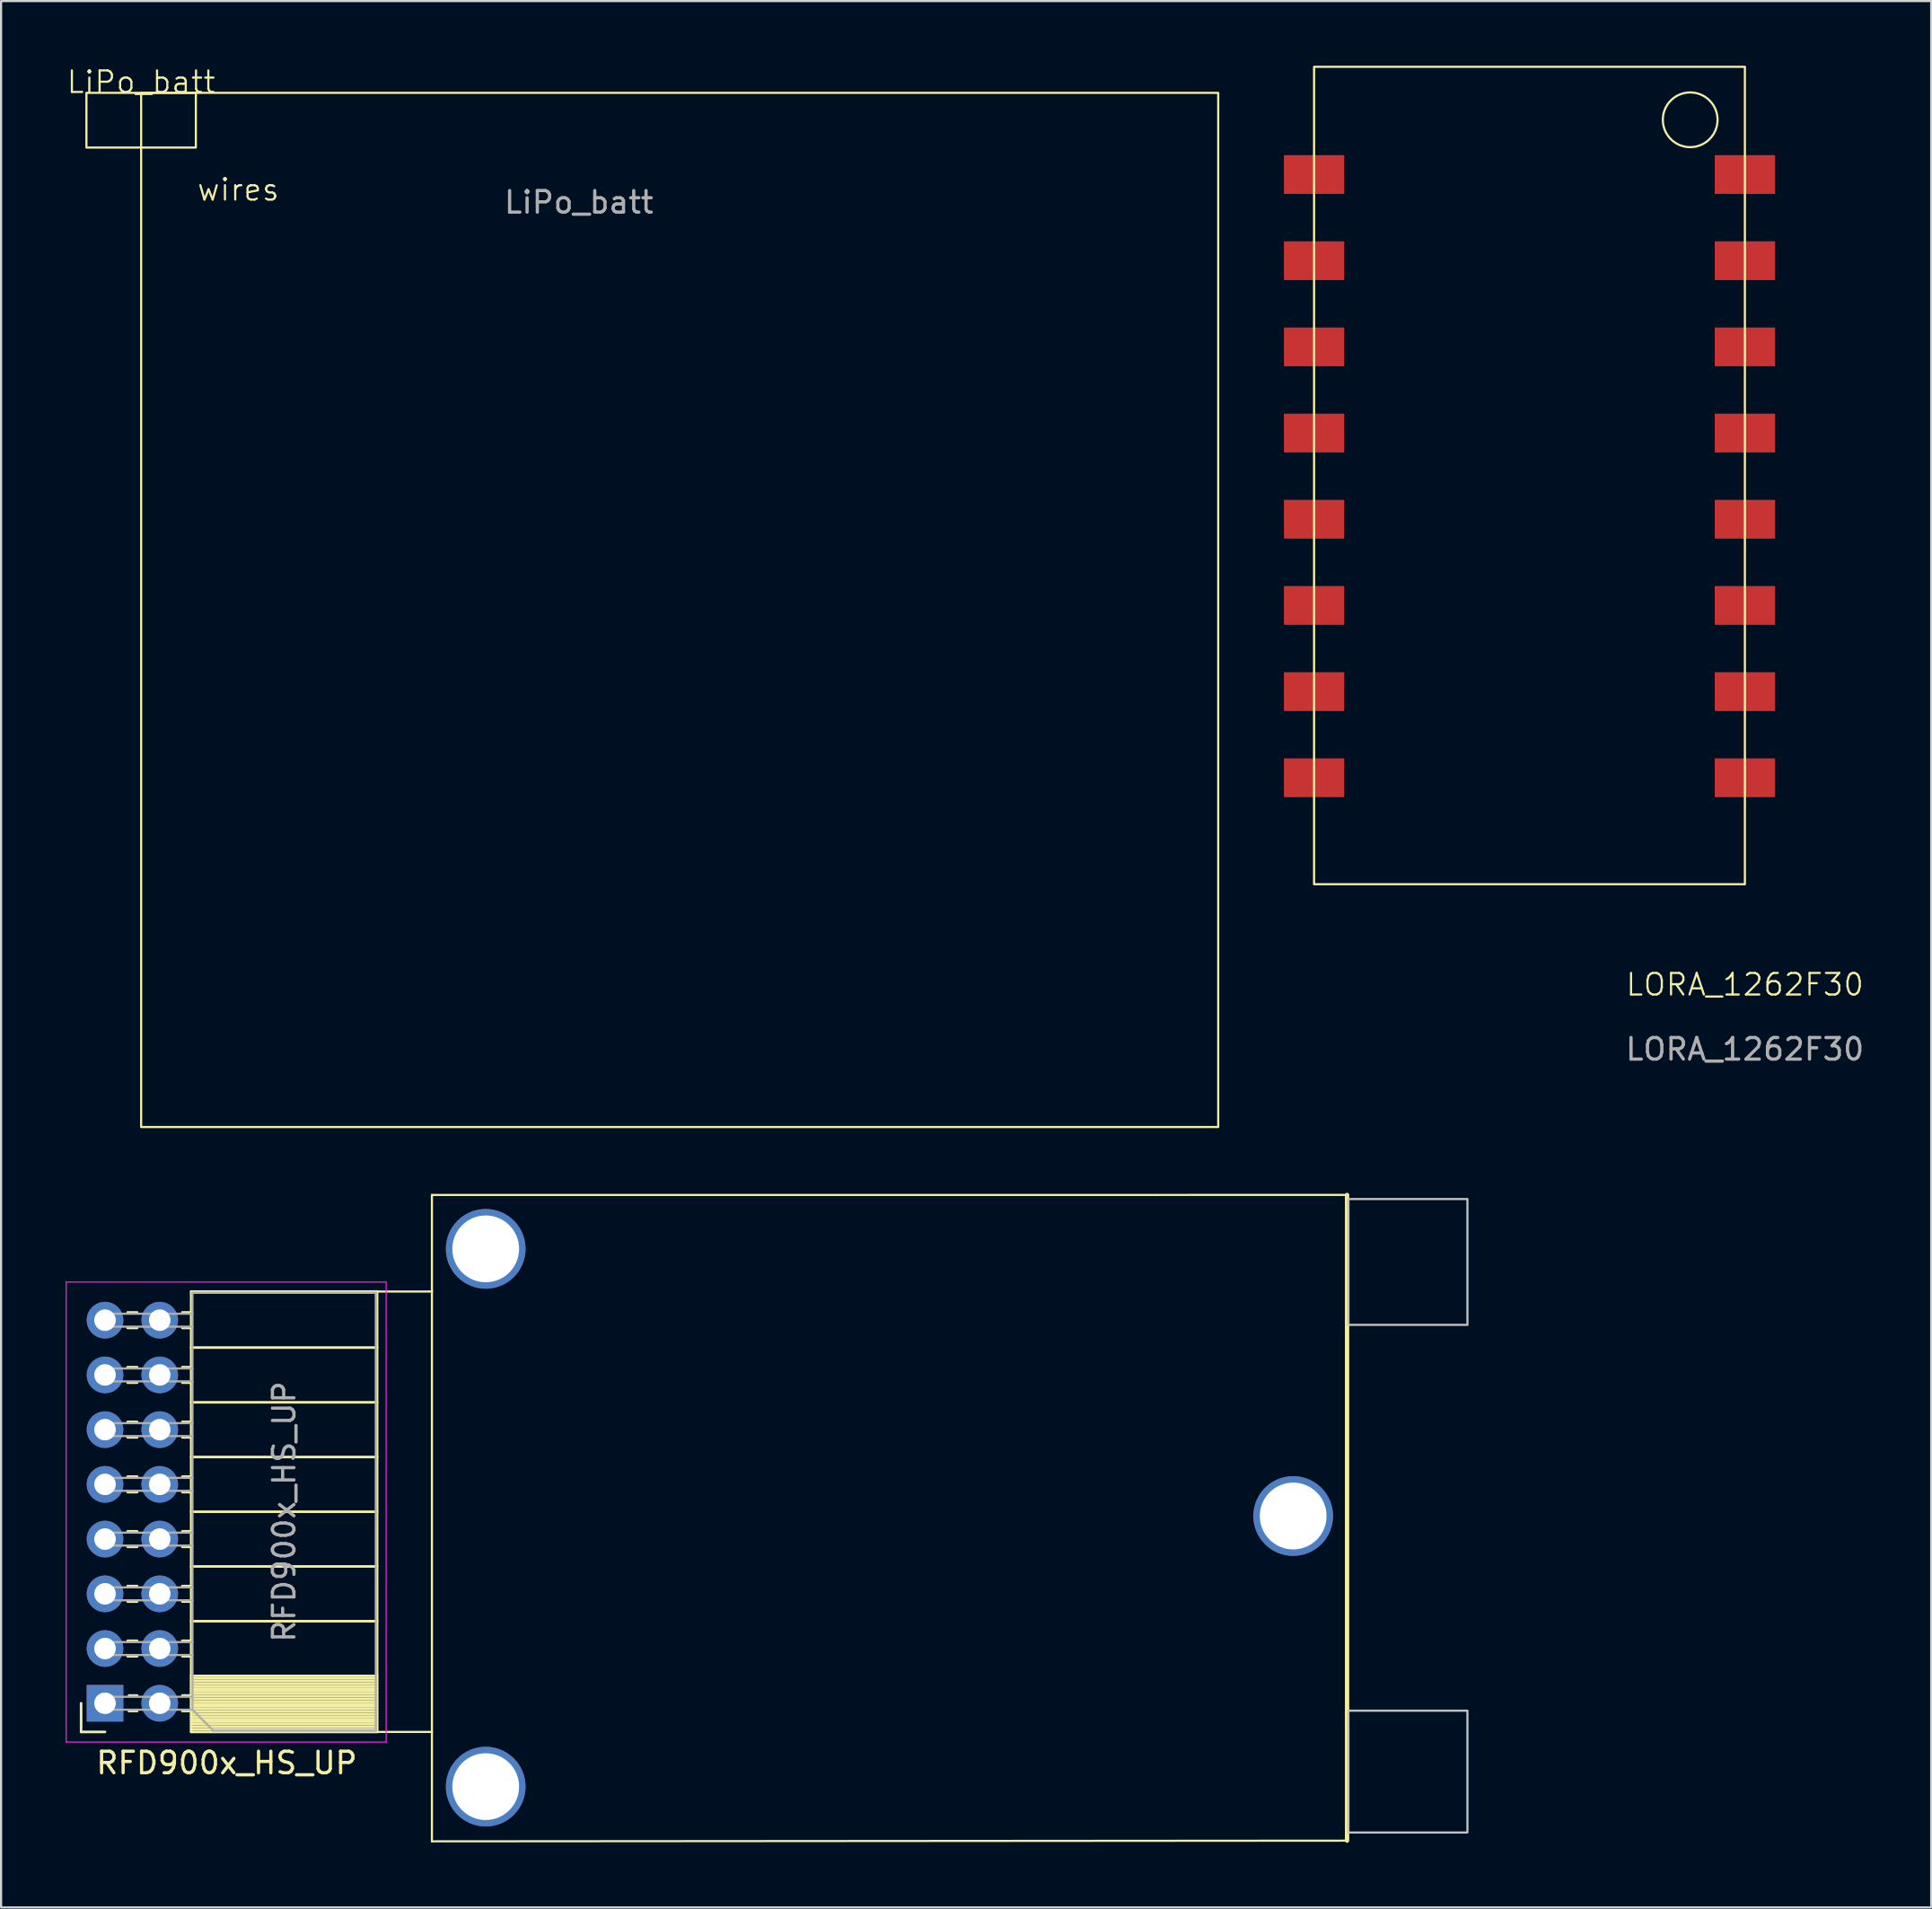
<source format=kicad_pcb>
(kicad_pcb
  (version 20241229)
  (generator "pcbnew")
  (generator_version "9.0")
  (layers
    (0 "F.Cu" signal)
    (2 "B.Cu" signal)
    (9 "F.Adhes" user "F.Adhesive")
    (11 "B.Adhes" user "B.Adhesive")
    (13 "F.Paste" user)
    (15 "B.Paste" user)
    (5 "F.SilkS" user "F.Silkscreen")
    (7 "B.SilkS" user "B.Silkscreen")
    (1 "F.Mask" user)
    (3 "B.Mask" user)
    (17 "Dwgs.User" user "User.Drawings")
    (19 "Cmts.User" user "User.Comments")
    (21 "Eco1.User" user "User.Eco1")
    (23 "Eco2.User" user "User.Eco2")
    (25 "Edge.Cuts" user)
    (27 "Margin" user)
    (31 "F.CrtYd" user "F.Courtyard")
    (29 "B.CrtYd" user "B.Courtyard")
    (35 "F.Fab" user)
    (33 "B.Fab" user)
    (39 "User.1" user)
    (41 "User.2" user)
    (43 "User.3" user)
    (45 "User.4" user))
  (footprint "LORA_1262F30"
    (layer "F.Cu")
    (at 77.952 43.15)
    (property "Reference" "LORA_1262F30" (at 0 -0.5 0) (unlocked yes) (layer "F.SilkS") (effects (font (size 1 1) (thickness 0.1))))
    (attr smd)
    (fp_rect (start -20 -43.1) (end 0 -5.16) (stroke (width 0.1) (type default)) (fill no) (layer "F.SilkS"))
    (fp_circle (center -2.54 -40.64) (end -1.27 -40.64) (stroke (width 0.1) (type default)) (fill no) (layer "F.SilkS"))
    (fp_text user "${REFERENCE}" (at 0 2.5 0) (unlocked yes) (layer "F.Fab") (effects (font (size 1 1) (thickness 0.15))))
    (pad "1" smd rect (at 0 -38.1) (size 2.8 1.8) (layers "F.Cu" "F.Mask" "F.Paste"))
    (pad "2" smd rect (at 0 -34.1) (size 2.8 1.8) (layers "F.Cu" "F.Mask" "F.Paste"))
    (pad "3" smd rect (at 0 -30.1) (size 2.8 1.8) (layers "F.Cu" "F.Mask" "F.Paste"))
    (pad "4" smd rect (at 0 -26.1) (size 2.8 1.8) (layers "F.Cu" "F.Mask" "F.Paste"))
    (pad "5" smd rect (at 0 -22.1) (size 2.8 1.8) (layers "F.Cu" "F.Mask" "F.Paste"))
    (pad "6" smd rect (at 0 -18.1) (size 2.8 1.8) (layers "F.Cu" "F.Mask" "F.Paste"))
    (pad "7" smd rect (at 0 -14.1) (size 2.8 1.8) (layers "F.Cu" "F.Mask" "F.Paste"))
    (pad "8" smd rect (at 0 -10.1) (size 2.8 1.8) (layers "F.Cu" "F.Mask" "F.Paste"))
    (pad "9" smd rect (at -20 -10.1) (size 2.8 1.8) (layers "F.Cu" "F.Mask" "F.Paste"))
    (pad "10" smd rect (at -20 -14.1) (size 2.8 1.8) (layers "F.Cu" "F.Mask" "F.Paste"))
    (pad "11" smd rect (at -20 -18.1) (size 2.8 1.8) (layers "F.Cu" "F.Mask" "F.Paste"))
    (pad "12" smd rect (at -20 -22.1) (size 2.8 1.8) (layers "F.Cu" "F.Mask" "F.Paste"))
    (pad "13" smd rect (at -20 -26.1) (size 2.8 1.8) (layers "F.Cu" "F.Mask" "F.Paste"))
    (pad "14" smd rect (at -20 -30.1) (size 2.8 1.8) (layers "F.Cu" "F.Mask" "F.Paste"))
    (pad "15" smd rect (at -20 -34.1) (size 2.8 1.8) (layers "F.Cu" "F.Mask" "F.Paste"))
    (pad "16" smd rect (at -20 -38.1) (size 2.8 1.8) (layers "F.Cu" "F.Mask" "F.Paste")))
  (footprint "LiPo_batt"
    (layer "F.Cu")
    (at 3.502 1.26)
    (property "Reference" "LiPo_batt" (at 0 -0.5 0) (unlocked yes) (layer "F.SilkS") (effects (font (size 1 1) (thickness 0.1))))
    (fp_rect (start 0 0) (end 50 48) (stroke (width 0.1) (type default)) (fill no) (layer "F.SilkS"))
    (fp_rect (start 2.54 0) (end -2.54 2.54) (stroke (width 0.1) (type default)) (fill no) (layer "F.SilkS"))
    (fp_text user "wires" (at 2.54 5.08 0) (unlocked yes) (layer "F.SilkS") (effects (font (size 1 1) (thickness 0.1)) (justify left bottom)))
    (fp_text user "${REFERENCE}" (at 20.32 5.08 0) (unlocked yes) (layer "F.Fab") (effects (font (size 1 1) (thickness 0.15)))))
  (footprint "RFD900x_HS_UP"
    (layer "F.Cu")
    (at 5.698 77.374)
    (property "Reference" "RFD900x_HS_UP" (at 1.777 1.401 180) (layer "F.SilkS") (effects (font (size 1 1) (thickness 0.15))))
    (attr through_hole)
    (fp_line (start -4.983 -0.039) (end -4.983 -1.369) (stroke (width 0.12) (type solid)) (layer "F.SilkS"))
    (fp_line (start -3.873 -0.039) (end -4.983 -0.039) (stroke (width 0.12) (type solid)) (layer "F.SilkS"))
    (fp_line (start -2.383 -19.509) (end -2.823 -19.509) (stroke (width 0.12) (type solid)) (layer "F.SilkS"))
    (fp_line (start -2.383 -18.789) (end -2.823 -18.789) (stroke (width 0.12) (type solid)) (layer "F.SilkS"))
    (fp_line (start -2.383 -16.969) (end -2.823 -16.969) (stroke (width 0.12) (type solid)) (layer "F.SilkS"))
    (fp_line (start -2.383 -16.249) (end -2.823 -16.249) (stroke (width 0.12) (type solid)) (layer "F.SilkS"))
    (fp_line (start -2.383 -14.429) (end -2.823 -14.429) (stroke (width 0.12) (type solid)) (layer "F.SilkS"))
    (fp_line (start -2.383 -13.709) (end -2.823 -13.709) (stroke (width 0.12) (type solid)) (layer "F.SilkS"))
    (fp_line (start -2.383 -11.889) (end -2.823 -11.889) (stroke (width 0.12) (type solid)) (layer "F.SilkS"))
    (fp_line (start -2.383 -11.169) (end -2.823 -11.169) (stroke (width 0.12) (type solid)) (layer "F.SilkS"))
    (fp_line (start -2.383 -9.349) (end -2.823 -9.349) (stroke (width 0.12) (type solid)) (layer "F.SilkS"))
    (fp_line (start -2.383 -8.629) (end -2.823 -8.629) (stroke (width 0.12) (type solid)) (layer "F.SilkS"))
    (fp_line (start -2.383 -6.809) (end -2.823 -6.809) (stroke (width 0.12) (type solid)) (layer "F.SilkS"))
    (fp_line (start -2.383 -6.089) (end -2.823 -6.089) (stroke (width 0.12) (type solid)) (layer "F.SilkS"))
    (fp_line (start -2.383 -4.269) (end -2.823 -4.269) (stroke (width 0.12) (type solid)) (layer "F.SilkS"))
    (fp_line (start -2.383 -3.549) (end -2.823 -3.549) (stroke (width 0.12) (type solid)) (layer "F.SilkS"))
    (fp_line (start -2.383 -1.729) (end -2.763 -1.729) (stroke (width 0.12) (type solid)) (layer "F.SilkS"))
    (fp_line (start -2.383 -1.009) (end -2.763 -1.009) (stroke (width 0.12) (type solid)) (layer "F.SilkS"))
    (fp_line (start 0.127 -19.509) (end -0.283 -19.509) (stroke (width 0.12) (type solid)) (layer "F.SilkS"))
    (fp_line (start 0.127 -18.789) (end -0.283 -18.789) (stroke (width 0.12) (type solid)) (layer "F.SilkS"))
    (fp_line (start 0.127 -16.969) (end -0.283 -16.969) (stroke (width 0.12) (type solid)) (layer "F.SilkS"))
    (fp_line (start 0.127 -16.249) (end -0.283 -16.249) (stroke (width 0.12) (type solid)) (layer "F.SilkS"))
    (fp_line (start 0.127 -14.429) (end -0.283 -14.429) (stroke (width 0.12) (type solid)) (layer "F.SilkS"))
    (fp_line (start 0.127 -13.709) (end -0.283 -13.709) (stroke (width 0.12) (type solid)) (layer "F.SilkS"))
    (fp_line (start 0.127 -11.889) (end -0.283 -11.889) (stroke (width 0.12) (type solid)) (layer "F.SilkS"))
    (fp_line (start 0.127 -11.169) (end -0.283 -11.169) (stroke (width 0.12) (type solid)) (layer "F.SilkS"))
    (fp_line (start 0.127 -9.349) (end -0.283 -9.349) (stroke (width 0.12) (type solid)) (layer "F.SilkS"))
    (fp_line (start 0.127 -8.629) (end -0.283 -8.629) (stroke (width 0.12) (type solid)) (layer "F.SilkS"))
    (fp_line (start 0.127 -6.809) (end -0.283 -6.809) (stroke (width 0.12) (type solid)) (layer "F.SilkS"))
    (fp_line (start 0.127 -6.089) (end -0.283 -6.089) (stroke (width 0.12) (type solid)) (layer "F.SilkS"))
    (fp_line (start 0.127 -4.269) (end -0.283 -4.269) (stroke (width 0.12) (type solid)) (layer "F.SilkS"))
    (fp_line (start 0.127 -3.549) (end -0.283 -3.549) (stroke (width 0.12) (type solid)) (layer "F.SilkS"))
    (fp_line (start 0.127 -1.729) (end -0.283 -1.729) (stroke (width 0.12) (type solid)) (layer "F.SilkS"))
    (fp_line (start 0.127 -1.009) (end -0.283 -1.009) (stroke (width 0.12) (type solid)) (layer "F.SilkS"))
    (fp_line (start 0.127 -0.039) (end 0.127 -20.479) (stroke (width 0.12) (type solid)) (layer "F.SilkS"))
    (fp_line (start 8.757 -20.479) (end 0.127 -20.479) (stroke (width 0.12) (type solid)) (layer "F.SilkS"))
    (fp_line (start 8.757 -20.479) (end 11.303 -20.479) (stroke (width 0.1) (type default)) (layer "F.SilkS"))
    (fp_line (start 8.757 -17.879) (end 0.127 -17.879) (stroke (width 0.12) (type solid)) (layer "F.SilkS"))
    (fp_line (start 8.757 -15.339) (end 0.127 -15.339) (stroke (width 0.12) (type solid)) (layer "F.SilkS"))
    (fp_line (start 8.757 -12.799) (end 0.127 -12.799) (stroke (width 0.12) (type solid)) (layer "F.SilkS"))
    (fp_line (start 8.757 -10.259) (end 0.127 -10.259) (stroke (width 0.12) (type solid)) (layer "F.SilkS"))
    (fp_line (start 8.757 -7.719) (end 0.127 -7.719) (stroke (width 0.12) (type solid)) (layer "F.SilkS"))
    (fp_line (start 8.757 -5.179) (end 0.127 -5.179) (stroke (width 0.12) (type solid)) (layer "F.SilkS"))
    (fp_line (start 8.757 -2.639) (end 0.127 -2.639) (stroke (width 0.12) (type solid)) (layer "F.SilkS"))
    (fp_line (start 8.757 -2.521) (end 0.127 -2.521) (stroke (width 0.12) (type solid)) (layer "F.SilkS"))
    (fp_line (start 8.757 -2.403) (end 0.127 -2.403) (stroke (width 0.12) (type solid)) (layer "F.SilkS"))
    (fp_line (start 8.757 -2.285) (end 0.127 -2.285) (stroke (width 0.12) (type solid)) (layer "F.SilkS"))
    (fp_line (start 8.757 -2.167) (end 0.127 -2.167) (stroke (width 0.12) (type solid)) (layer "F.SilkS"))
    (fp_line (start 8.757 -2.049) (end 0.127 -2.049) (stroke (width 0.12) (type solid)) (layer "F.SilkS"))
    (fp_line (start 8.757 -1.931) (end 0.127 -1.931) (stroke (width 0.12) (type solid)) (layer "F.SilkS"))
    (fp_line (start 8.757 -1.813) (end 0.127 -1.813) (stroke (width 0.12) (type solid)) (layer "F.SilkS"))
    (fp_line (start 8.757 -1.695) (end 0.127 -1.695) (stroke (width 0.12) (type solid)) (layer "F.SilkS"))
    (fp_line (start 8.757 -1.577) (end 0.127 -1.577) (stroke (width 0.12) (type solid)) (layer "F.SilkS"))
    (fp_line (start 8.757 -1.458) (end 0.127 -1.458) (stroke (width 0.12) (type solid)) (layer "F.SilkS"))
    (fp_line (start 8.757 -1.34) (end 0.127 -1.34) (stroke (width 0.12) (type solid)) (layer "F.SilkS"))
    (fp_line (start 8.757 -1.222) (end 0.127 -1.222) (stroke (width 0.12) (type solid)) (layer "F.SilkS"))
    (fp_line (start 8.757 -1.104) (end 0.127 -1.104) (stroke (width 0.12) (type solid)) (layer "F.SilkS"))
    (fp_line (start 8.757 -0.986) (end 0.127 -0.986) (stroke (width 0.12) (type solid)) (layer "F.SilkS"))
    (fp_line (start 8.757 -0.868) (end 0.127 -0.868) (stroke (width 0.12) (type solid)) (layer "F.SilkS"))
    (fp_line (start 8.757 -0.75) (end 0.127 -0.75) (stroke (width 0.12) (type solid)) (layer "F.SilkS"))
    (fp_line (start 8.757 -0.632) (end 0.127 -0.632) (stroke (width 0.12) (type solid)) (layer "F.SilkS"))
    (fp_line (start 8.757 -0.514) (end 0.127 -0.514) (stroke (width 0.12) (type solid)) (layer "F.SilkS"))
    (fp_line (start 8.757 -0.396) (end 0.127 -0.396) (stroke (width 0.12) (type solid)) (layer "F.SilkS"))
    (fp_line (start 8.757 -0.277) (end 0.127 -0.277) (stroke (width 0.12) (type solid)) (layer "F.SilkS"))
    (fp_line (start 8.757 -0.159) (end 0.127 -0.159) (stroke (width 0.12) (type solid)) (layer "F.SilkS"))
    (fp_line (start 8.757 -0.039) (end 0.127 -0.039) (stroke (width 0.12) (type solid)) (layer "F.SilkS"))
    (fp_line (start 8.757 -0.039) (end 8.757 -20.479) (stroke (width 0.12) (type solid)) (layer "F.SilkS"))
    (fp_line (start 8.757 -0.039) (end 11.303 -0.039) (stroke (width 0.1) (type default)) (layer "F.SilkS"))
    (fp_line (start 11.303 -24.961) (end 53.785 -24.963) (stroke (width 0.1) (type default)) (layer "F.SilkS"))
    (fp_line (start 11.303 -20.518) (end 11.303 -20.518) (stroke (width 0.1) (type default)) (layer "F.SilkS"))
    (fp_line (start 11.303 5.039) (end 11.303 -24.961) (stroke (width 0.1) (type default)) (layer "F.SilkS"))
    (fp_line (start 11.303 5.039) (end 53.785 5.008) (stroke (width 0.1) (type default)) (layer "F.SilkS"))
    (fp_line (start 53.785 5.008) (end 53.785 -24.963) (stroke (width 0.2) (type default)) (layer "F.SilkS"))
    (fp_rect (start 53.848 -24.773) (end 59.373 -18.931) (stroke (width 0.1) (type default)) (fill no) (layer "Dwgs.User"))
    (fp_rect (start 53.848 -1.024) (end 59.373 4.628) (stroke (width 0.1) (type default)) (fill no) (layer "Dwgs.User"))
    (fp_line (start -5.673 -20.919) (end -5.673 0.431) (stroke (width 0.05) (type solid)) (layer "F.CrtYd"))
    (fp_line (start -5.673 0.431) (end 9.177 0.431) (stroke (width 0.05) (type solid)) (layer "F.CrtYd"))
    (fp_line (start 9.177 -20.919) (end -5.673 -20.919) (stroke (width 0.05) (type solid)) (layer "F.CrtYd"))
    (fp_line (start 9.177 0.431) (end 9.177 -20.919) (stroke (width 0.05) (type solid)) (layer "F.CrtYd"))
    (fp_line (start -3.873 -19.449) (end -3.873 -18.849) (stroke (width 0.1) (type solid)) (layer "F.Fab"))
    (fp_line (start -3.873 -18.849) (end 0.187 -18.849) (stroke (width 0.1) (type solid)) (layer "F.Fab"))
    (fp_line (start -3.873 -16.909) (end -3.873 -16.309) (stroke (width 0.1) (type solid)) (layer "F.Fab"))
    (fp_line (start -3.873 -16.309) (end 0.187 -16.309) (stroke (width 0.1) (type solid)) (layer "F.Fab"))
    (fp_line (start -3.873 -14.369) (end -3.873 -13.769) (stroke (width 0.1) (type solid)) (layer "F.Fab"))
    (fp_line (start -3.873 -13.769) (end 0.187 -13.769) (stroke (width 0.1) (type solid)) (layer "F.Fab"))
    (fp_line (start -3.873 -11.829) (end -3.873 -11.229) (stroke (width 0.1) (type solid)) (layer "F.Fab"))
    (fp_line (start -3.873 -11.229) (end 0.187 -11.229) (stroke (width 0.1) (type solid)) (layer "F.Fab"))
    (fp_line (start -3.873 -9.289) (end -3.873 -8.689) (stroke (width 0.1) (type solid)) (layer "F.Fab"))
    (fp_line (start -3.873 -8.689) (end 0.187 -8.689) (stroke (width 0.1) (type solid)) (layer "F.Fab"))
    (fp_line (start -3.873 -6.749) (end -3.873 -6.149) (stroke (width 0.1) (type solid)) (layer "F.Fab"))
    (fp_line (start -3.873 -6.149) (end 0.187 -6.149) (stroke (width 0.1) (type solid)) (layer "F.Fab"))
    (fp_line (start -3.873 -4.209) (end -3.873 -3.609) (stroke (width 0.1) (type solid)) (layer "F.Fab"))
    (fp_line (start -3.873 -3.609) (end 0.187 -3.609) (stroke (width 0.1) (type solid)) (layer "F.Fab"))
    (fp_line (start -3.873 -1.669) (end -3.873 -1.069) (stroke (width 0.1) (type solid)) (layer "F.Fab"))
    (fp_line (start -3.873 -1.069) (end 0.187 -1.069) (stroke (width 0.1) (type solid)) (layer "F.Fab"))
    (fp_line (start 0.187 -20.419) (end 8.697 -20.419) (stroke (width 0.1) (type solid)) (layer "F.Fab"))
    (fp_line (start 0.187 -19.449) (end -3.873 -19.449) (stroke (width 0.1) (type solid)) (layer "F.Fab"))
    (fp_line (start 0.187 -16.909) (end -3.873 -16.909) (stroke (width 0.1) (type solid)) (layer "F.Fab"))
    (fp_line (start 0.187 -14.369) (end -3.873 -14.369) (stroke (width 0.1) (type solid)) (layer "F.Fab"))
    (fp_line (start 0.187 -11.829) (end -3.873 -11.829) (stroke (width 0.1) (type solid)) (layer "F.Fab"))
    (fp_line (start 0.187 -9.289) (end -3.873 -9.289) (stroke (width 0.1) (type solid)) (layer "F.Fab"))
    (fp_line (start 0.187 -6.749) (end -3.873 -6.749) (stroke (width 0.1) (type solid)) (layer "F.Fab"))
    (fp_line (start 0.187 -4.209) (end -3.873 -4.209) (stroke (width 0.1) (type solid)) (layer "F.Fab"))
    (fp_line (start 0.187 -1.669) (end -3.873 -1.669) (stroke (width 0.1) (type solid)) (layer "F.Fab"))
    (fp_line (start 0.187 -1.069) (end 0.187 -20.419) (stroke (width 0.1) (type solid)) (layer "F.Fab"))
    (fp_line (start 1.157 -0.099) (end 0.187 -1.069) (stroke (width 0.1) (type solid)) (layer "F.Fab"))
    (fp_line (start 8.697 -20.419) (end 8.697 -0.099) (stroke (width 0.1) (type solid)) (layer "F.Fab"))
    (fp_line (start 8.697 -0.099) (end 1.157 -0.099) (stroke (width 0.1) (type solid)) (layer "F.Fab"))
    (fp_text user "${REFERENCE}" (at 4.442 -10.259 270) (layer "F.Fab") (effects (font (size 1 1) (thickness 0.15))))
    (pad "" np_thru_hole circle (at 13.8 -22.46 180) (size 3.7 3.7) (drill 3.1) (layers "*.Cu" "*.Mask"))
    (pad "" np_thru_hole circle (at 13.8 2.5 180) (size 3.7 3.7) (drill 3.1) (layers "*.Cu" "*.Mask"))
    (pad "" np_thru_hole circle (at 51.284 -10.06 180) (size 3.7 3.7) (drill 3.1) (layers "*.Cu" "*.Mask"))
    (pad "1" thru_hole rect (at -3.873 -1.369 180) (size 1.7 1.7) (drill 1) (layers "*.Cu" "*.Mask"))
    (pad "1" thru_hole oval (at -1.333 -19.149 180) (size 1.7 1.7) (drill 1) (layers "*.Cu" "*.Mask"))
    (pad "1" thru_hole oval (at -1.333 -1.369 180) (size 1.7 1.7) (drill 1) (layers "*.Cu" "*.Mask"))
    (pad "3" thru_hole oval (at -3.873 -3.909 180) (size 1.7 1.7) (drill 1) (layers "*.Cu" "*.Mask"))
    (pad "4" thru_hole oval (at -1.333 -3.909 180) (size 1.7 1.7) (drill 1) (layers "*.Cu" "*.Mask"))
    (pad "5" thru_hole oval (at -3.873 -6.449 180) (size 1.7 1.7) (drill 1) (layers "*.Cu" "*.Mask"))
    (pad "5" thru_hole oval (at -1.333 -6.449 180) (size 1.7 1.7) (drill 1) (layers "*.Cu" "*.Mask"))
    (pad "7" thru_hole oval (at -3.873 -8.989 180) (size 1.7 1.7) (drill 1) (layers "*.Cu" "*.Mask"))
    (pad "8" thru_hole oval (at -1.333 -8.989 180) (size 1.7 1.7) (drill 1) (layers "*.Cu" "*.Mask"))
    (pad "9" thru_hole oval (at -3.873 -11.529 180) (size 1.7 1.7) (drill 1) (layers "*.Cu" "*.Mask"))
    (pad "10" thru_hole oval (at -1.333 -11.529 180) (size 1.7 1.7) (drill 1) (layers "*.Cu" "*.Mask"))
    (pad "11" thru_hole oval (at -3.873 -14.069 180) (size 1.7 1.7) (drill 1) (layers "*.Cu" "*.Mask"))
    (pad "12" thru_hole oval (at -1.333 -14.069 180) (size 1.7 1.7) (drill 1) (layers "*.Cu" "*.Mask"))
    (pad "13" thru_hole oval (at -3.873 -16.609 180) (size 1.7 1.7) (drill 1) (layers "*.Cu" "*.Mask"))
    (pad "14" thru_hole oval (at -1.333 -16.609 180) (size 1.7 1.7) (drill 1) (layers "*.Cu" "*.Mask"))
    (pad "15" thru_hole oval (at -3.873 -19.149 180) (size 1.7 1.7) (drill 1) (layers "*.Cu" "*.Mask"))
    (zone (net_name "") (layer "F.SilkS") (name "flat_mount") (hatch edge 0.5) (connect_pads) (min_thickness 0.25) (filled_areas_thickness no) (keepout (tracks allowed) (vias allowed) (pads allowed) (copperpour allowed) (footprints not_allowed)) (placement (enabled no)) (fill) (polygon (pts (xy 17.001 52.413) (xy 59.483 52.41) (xy 59.483 82.382) (xy 17.001 82.413) (xy 17.001 77.335) (xy 5.825 77.335) (xy 5.825 56.895) (xy 17.001 56.855)))))
  (gr_rect
    (start -3 -3)
    (end 86.601 85.482)
    (stroke (width 0.1) (type default))
    (fill no)
    (layer "Edge.Cuts")))
</source>
